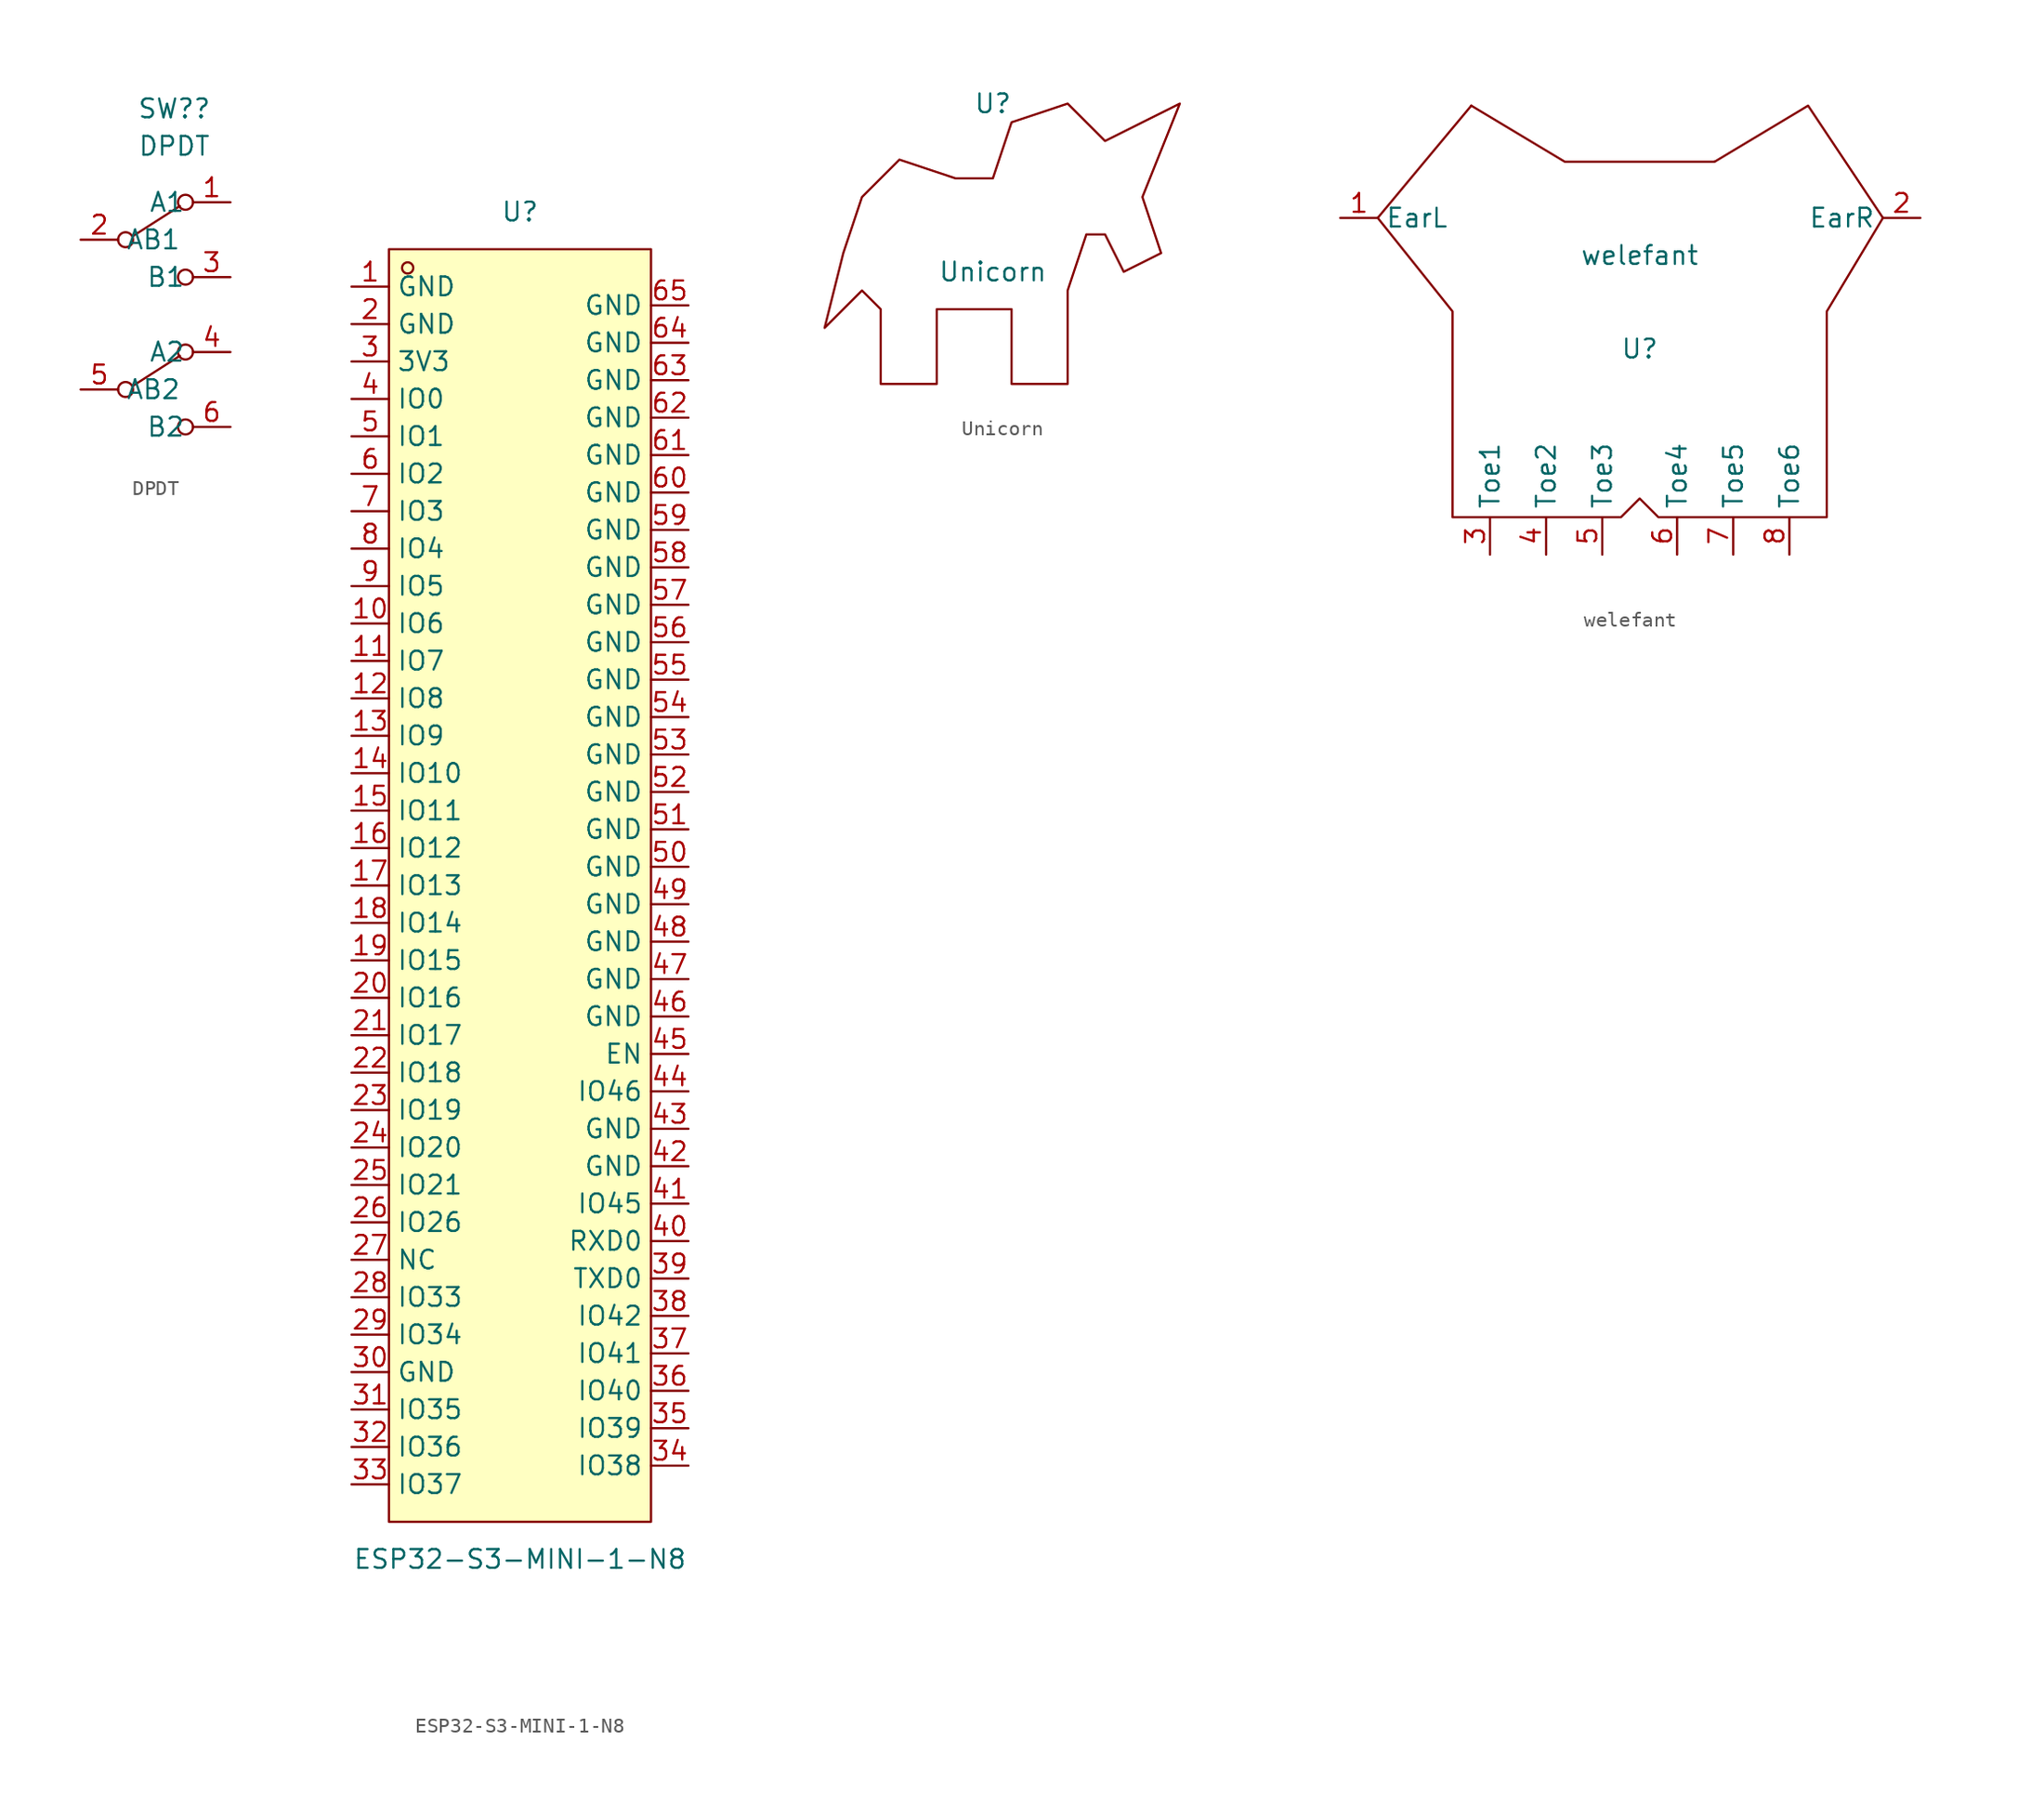
<source format=kicad_sym>
(kicad_symbol_lib
  (version 20220914)
  (generator kicad_symbol_editor)
  (symbol "DPDT"
    (property "Reference" "SW?"
      (at 0 1.27 0)
      (effects (font (size 1.27 1.27))))
    (property "Value" "DPDT"
      (at 0 -1.27 0)
      (effects (font (size 1.27 1.27))))
    (symbol "DPDT_0_0"
      (circle (center -3.302 -17.78) (radius 0.508) (stroke (width 0) (type default)) (fill (type none)))
      (circle (center -3.302 -7.62) (radius 0.508) (stroke (width 0) (type default)) (fill (type none)))
      (circle (center 0.762 -20.32) (radius 0.508) (stroke (width 0) (type default)) (fill (type none)))
      (circle (center 0.762 -10.16) (radius 0.508) (stroke (width 0) (type default)) (fill (type none))))
    (symbol "DPDT_0_1"
      (polyline (pts (xy -2.794 -17.526) (xy 0.381 -15.494)) (stroke (width 0) (type default)) (fill (type none)))
      (polyline (pts (xy -2.794 -7.366) (xy 0.381 -5.334)) (stroke (width 0) (type default)) (fill (type none)))
      (circle (center 0.762 -15.24) (radius 0.508) (stroke (width 0) (type default)) (fill (type none)))
      (circle (center 0.762 -5.08) (radius 0.508) (stroke (width 0) (type default)) (fill (type none))))
    (symbol "DPDT_1_1"
      (pin passive line (at 3.81 -5.08 180) (length 2.54) (name "A1" (effects (font (size 1.27 1.27)))) (number "1" (effects (font (size 1.27 1.27)))))
      (pin passive line (at -6.35 -7.62 0) (length 2.54) (name "AB1" (effects (font (size 1.27 1.27)))) (number "2" (effects (font (size 1.27 1.27)))))
      (pin passive line (at 3.81 -10.16 180) (length 2.54) (name "B1" (effects (font (size 1.27 1.27)))) (number "3" (effects (font (size 1.27 1.27)))))
      (pin passive line (at 3.81 -15.24 180) (length 2.54) (name "A2" (effects (font (size 1.27 1.27)))) (number "4" (effects (font (size 1.27 1.27)))))
      (pin passive line (at -6.35 -17.78 0) (length 2.54) (name "AB2" (effects (font (size 1.27 1.27)))) (number "5" (effects (font (size 1.27 1.27)))))
      (pin passive line (at 3.81 -20.32 180) (length 2.54) (name "B2" (effects (font (size 1.27 1.27)))) (number "6" (effects (font (size 1.27 1.27)))))))
  (symbol "ESP32-S3-MINI-1-N8"
    (property "Reference" "U"
      (at 0 45.72 0)
      (effects (font (size 1.27 1.27))))
    (property "Value" "ESP32-S3-MINI-1-N8"
      (at 0 -45.72 0)
      (effects (font (size 1.27 1.27))))
    (symbol "ESP32-S3-MINI-1-N8_0_1"
      (rectangle (start -8.89 43.18) (end 8.89 -43.18) (stroke (width 0) (type default)) (fill (type background)))
      (circle (center -7.62 41.91) (radius 0.38) (stroke (width 0) (type default)) (fill (type none)))
      (pin unspecified line (at -11.43 40.64 0) (length 2.54) (name "GND" (effects (font (size 1.27 1.27)))) (number "1" (effects (font (size 1.27 1.27)))))
      (pin unspecified line (at -11.43 17.78 0) (length 2.54) (name "IO6" (effects (font (size 1.27 1.27)))) (number "10" (effects (font (size 1.27 1.27)))))
      (pin unspecified line (at -11.43 15.24 0) (length 2.54) (name "IO7" (effects (font (size 1.27 1.27)))) (number "11" (effects (font (size 1.27 1.27)))))
      (pin unspecified line (at -11.43 12.7 0) (length 2.54) (name "IO8" (effects (font (size 1.27 1.27)))) (number "12" (effects (font (size 1.27 1.27)))))
      (pin unspecified line (at -11.43 10.16 0) (length 2.54) (name "IO9" (effects (font (size 1.27 1.27)))) (number "13" (effects (font (size 1.27 1.27)))))
      (pin unspecified line (at -11.43 7.62 0) (length 2.54) (name "IO10" (effects (font (size 1.27 1.27)))) (number "14" (effects (font (size 1.27 1.27)))))
      (pin unspecified line (at -11.43 5.08 0) (length 2.54) (name "IO11" (effects (font (size 1.27 1.27)))) (number "15" (effects (font (size 1.27 1.27)))))
      (pin unspecified line (at -11.43 2.54 0) (length 2.54) (name "IO12" (effects (font (size 1.27 1.27)))) (number "16" (effects (font (size 1.27 1.27)))))
      (pin unspecified line (at -11.43 0 0) (length 2.54) (name "IO13" (effects (font (size 1.27 1.27)))) (number "17" (effects (font (size 1.27 1.27)))))
      (pin unspecified line (at -11.43 -2.54 0) (length 2.54) (name "IO14" (effects (font (size 1.27 1.27)))) (number "18" (effects (font (size 1.27 1.27)))))
      (pin unspecified line (at -11.43 -5.08 0) (length 2.54) (name "IO15" (effects (font (size 1.27 1.27)))) (number "19" (effects (font (size 1.27 1.27)))))
      (pin unspecified line (at -11.43 38.1 0) (length 2.54) (name "GND" (effects (font (size 1.27 1.27)))) (number "2" (effects (font (size 1.27 1.27)))))
      (pin unspecified line (at -11.43 -7.62 0) (length 2.54) (name "IO16" (effects (font (size 1.27 1.27)))) (number "20" (effects (font (size 1.27 1.27)))))
      (pin unspecified line (at -11.43 -10.16 0) (length 2.54) (name "IO17" (effects (font (size 1.27 1.27)))) (number "21" (effects (font (size 1.27 1.27)))))
      (pin unspecified line (at -11.43 -12.7 0) (length 2.54) (name "IO18" (effects (font (size 1.27 1.27)))) (number "22" (effects (font (size 1.27 1.27)))))
      (pin unspecified line (at -11.43 -15.24 0) (length 2.54) (name "IO19" (effects (font (size 1.27 1.27)))) (number "23" (effects (font (size 1.27 1.27)))))
      (pin unspecified line (at -11.43 -17.78 0) (length 2.54) (name "IO20" (effects (font (size 1.27 1.27)))) (number "24" (effects (font (size 1.27 1.27)))))
      (pin unspecified line (at -11.43 -20.32 0) (length 2.54) (name "IO21" (effects (font (size 1.27 1.27)))) (number "25" (effects (font (size 1.27 1.27)))))
      (pin unspecified line (at -11.43 -22.86 0) (length 2.54) (name "IO26" (effects (font (size 1.27 1.27)))) (number "26" (effects (font (size 1.27 1.27)))))
      (pin unspecified line (at -11.43 -25.4 0) (length 2.54) (name "NC" (effects (font (size 1.27 1.27)))) (number "27" (effects (font (size 1.27 1.27)))))
      (pin unspecified line (at -11.43 -27.94 0) (length 2.54) (name "IO33" (effects (font (size 1.27 1.27)))) (number "28" (effects (font (size 1.27 1.27)))))
      (pin unspecified line (at -11.43 -30.48 0) (length 2.54) (name "IO34" (effects (font (size 1.27 1.27)))) (number "29" (effects (font (size 1.27 1.27)))))
      (pin unspecified line (at -11.43 35.56 0) (length 2.54) (name "3V3" (effects (font (size 1.27 1.27)))) (number "3" (effects (font (size 1.27 1.27)))))
      (pin unspecified line (at -11.43 -33.02 0) (length 2.54) (name "GND" (effects (font (size 1.27 1.27)))) (number "30" (effects (font (size 1.27 1.27)))))
      (pin unspecified line (at -11.43 -35.56 0) (length 2.54) (name "IO35" (effects (font (size 1.27 1.27)))) (number "31" (effects (font (size 1.27 1.27)))))
      (pin unspecified line (at -11.43 -38.1 0) (length 2.54) (name "IO36" (effects (font (size 1.27 1.27)))) (number "32" (effects (font (size 1.27 1.27)))))
      (pin unspecified line (at -11.43 -40.64 0) (length 2.54) (name "IO37" (effects (font (size 1.27 1.27)))) (number "33" (effects (font (size 1.27 1.27)))))
      (pin unspecified line (at 11.43 -39.37 180) (length 2.54) (name "IO38" (effects (font (size 1.27 1.27)))) (number "34" (effects (font (size 1.27 1.27)))))
      (pin unspecified line (at 11.43 -36.83 180) (length 2.54) (name "IO39" (effects (font (size 1.27 1.27)))) (number "35" (effects (font (size 1.27 1.27)))))
      (pin unspecified line (at 11.43 -34.29 180) (length 2.54) (name "IO40" (effects (font (size 1.27 1.27)))) (number "36" (effects (font (size 1.27 1.27)))))
      (pin unspecified line (at 11.43 -31.75 180) (length 2.54) (name "IO41" (effects (font (size 1.27 1.27)))) (number "37" (effects (font (size 1.27 1.27)))))
      (pin unspecified line (at 11.43 -29.21 180) (length 2.54) (name "IO42" (effects (font (size 1.27 1.27)))) (number "38" (effects (font (size 1.27 1.27)))))
      (pin unspecified line (at 11.43 -26.67 180) (length 2.54) (name "TXD0" (effects (font (size 1.27 1.27)))) (number "39" (effects (font (size 1.27 1.27)))))
      (pin unspecified line (at -11.43 33.02 0) (length 2.54) (name "IO0" (effects (font (size 1.27 1.27)))) (number "4" (effects (font (size 1.27 1.27)))))
      (pin unspecified line (at 11.43 -24.13 180) (length 2.54) (name "RXD0" (effects (font (size 1.27 1.27)))) (number "40" (effects (font (size 1.27 1.27)))))
      (pin unspecified line (at 11.43 -21.59 180) (length 2.54) (name "IO45" (effects (font (size 1.27 1.27)))) (number "41" (effects (font (size 1.27 1.27)))))
      (pin unspecified line (at 11.43 -19.05 180) (length 2.54) (name "GND" (effects (font (size 1.27 1.27)))) (number "42" (effects (font (size 1.27 1.27)))))
      (pin unspecified line (at 11.43 -16.51 180) (length 2.54) (name "GND" (effects (font (size 1.27 1.27)))) (number "43" (effects (font (size 1.27 1.27)))))
      (pin unspecified line (at 11.43 -13.97 180) (length 2.54) (name "IO46" (effects (font (size 1.27 1.27)))) (number "44" (effects (font (size 1.27 1.27)))))
      (pin unspecified line (at 11.43 -11.43 180) (length 2.54) (name "EN" (effects (font (size 1.27 1.27)))) (number "45" (effects (font (size 1.27 1.27)))))
      (pin unspecified line (at 11.43 -8.89 180) (length 2.54) (name "GND" (effects (font (size 1.27 1.27)))) (number "46" (effects (font (size 1.27 1.27)))))
      (pin unspecified line (at 11.43 -6.35 180) (length 2.54) (name "GND" (effects (font (size 1.27 1.27)))) (number "47" (effects (font (size 1.27 1.27)))))
      (pin unspecified line (at 11.43 -3.81 180) (length 2.54) (name "GND" (effects (font (size 1.27 1.27)))) (number "48" (effects (font (size 1.27 1.27)))))
      (pin unspecified line (at 11.43 -1.27 180) (length 2.54) (name "GND" (effects (font (size 1.27 1.27)))) (number "49" (effects (font (size 1.27 1.27)))))
      (pin unspecified line (at -11.43 30.48 0) (length 2.54) (name "IO1" (effects (font (size 1.27 1.27)))) (number "5" (effects (font (size 1.27 1.27)))))
      (pin unspecified line (at 11.43 1.27 180) (length 2.54) (name "GND" (effects (font (size 1.27 1.27)))) (number "50" (effects (font (size 1.27 1.27)))))
      (pin unspecified line (at 11.43 3.81 180) (length 2.54) (name "GND" (effects (font (size 1.27 1.27)))) (number "51" (effects (font (size 1.27 1.27)))))
      (pin unspecified line (at 11.43 6.35 180) (length 2.54) (name "GND" (effects (font (size 1.27 1.27)))) (number "52" (effects (font (size 1.27 1.27)))))
      (pin unspecified line (at 11.43 8.89 180) (length 2.54) (name "GND" (effects (font (size 1.27 1.27)))) (number "53" (effects (font (size 1.27 1.27)))))
      (pin unspecified line (at 11.43 11.43 180) (length 2.54) (name "GND" (effects (font (size 1.27 1.27)))) (number "54" (effects (font (size 1.27 1.27)))))
      (pin unspecified line (at 11.43 13.97 180) (length 2.54) (name "GND" (effects (font (size 1.27 1.27)))) (number "55" (effects (font (size 1.27 1.27)))))
      (pin unspecified line (at 11.43 16.51 180) (length 2.54) (name "GND" (effects (font (size 1.27 1.27)))) (number "56" (effects (font (size 1.27 1.27)))))
      (pin unspecified line (at 11.43 19.05 180) (length 2.54) (name "GND" (effects (font (size 1.27 1.27)))) (number "57" (effects (font (size 1.27 1.27)))))
      (pin unspecified line (at 11.43 21.59 180) (length 2.54) (name "GND" (effects (font (size 1.27 1.27)))) (number "58" (effects (font (size 1.27 1.27)))))
      (pin unspecified line (at 11.43 24.13 180) (length 2.54) (name "GND" (effects (font (size 1.27 1.27)))) (number "59" (effects (font (size 1.27 1.27)))))
      (pin unspecified line (at -11.43 27.94 0) (length 2.54) (name "IO2" (effects (font (size 1.27 1.27)))) (number "6" (effects (font (size 1.27 1.27)))))
      (pin unspecified line (at 11.43 26.67 180) (length 2.54) (name "GND" (effects (font (size 1.27 1.27)))) (number "60" (effects (font (size 1.27 1.27)))))
      (pin unspecified line (at 11.43 29.21 180) (length 2.54) (name "GND" (effects (font (size 1.27 1.27)))) (number "61" (effects (font (size 1.27 1.27)))))
      (pin unspecified line (at 11.43 31.75 180) (length 2.54) (name "GND" (effects (font (size 1.27 1.27)))) (number "62" (effects (font (size 1.27 1.27)))))
      (pin unspecified line (at 11.43 34.29 180) (length 2.54) (name "GND" (effects (font (size 1.27 1.27)))) (number "63" (effects (font (size 1.27 1.27)))))
      (pin unspecified line (at 11.43 36.83 180) (length 2.54) (name "GND" (effects (font (size 1.27 1.27)))) (number "64" (effects (font (size 1.27 1.27)))))
      (pin unspecified line (at 11.43 39.37 180) (length 2.54) (name "GND" (effects (font (size 1.27 1.27)))) (number "65" (effects (font (size 1.27 1.27)))))
      (pin unspecified line (at -11.43 25.4 0) (length 2.54) (name "IO3" (effects (font (size 1.27 1.27)))) (number "7" (effects (font (size 1.27 1.27)))))
      (pin unspecified line (at -11.43 22.86 0) (length 2.54) (name "IO4" (effects (font (size 1.27 1.27)))) (number "8" (effects (font (size 1.27 1.27)))))
      (pin unspecified line (at -11.43 20.32 0) (length 2.54) (name "IO5" (effects (font (size 1.27 1.27)))) (number "9" (effects (font (size 1.27 1.27)))))))
  (symbol "Unicorn"
    (property "Reference" "U"
      (at 0 0 0)
      (effects (font (size 1.27 1.27))))
    (property "Value" "Unicorn"
      (at 0 -11.43 0)
      (effects (font (size 1.27 1.27))))
    (symbol "Unicorn_0_1"
      (polyline (pts (xy 7.62 -2.54) (xy 12.7 0) (xy 10.16 -6.35) (xy 11.43 -10.16) (xy 8.89 -11.43) (xy 7.62 -8.89) (xy 6.35 -8.89) (xy 5.08 -12.7) (xy 5.08 -19.05) (xy 1.27 -19.05) (xy 1.27 -13.97) (xy -3.81 -13.97) (xy -3.81 -19.05) (xy -7.62 -19.05) (xy -7.62 -13.97) (xy -8.89 -12.7) (xy -11.43 -15.24) (xy -10.16 -10.16) (xy -8.89 -6.35) (xy -6.35 -3.81) (xy -2.54 -5.08) (xy 0 -5.08) (xy 1.27 -1.27) (xy 5.08 0) (xy 7.62 -2.54)) (stroke (width 0.152) (type default)) (fill (type none)))))
  (symbol "welefant"
    (property "Reference" "U"
      (at 0 0 0)
      (effects (font (size 1.27 1.27))))
    (property "Value" "welefant"
      (at 0 6.35 0)
      (effects (font (size 1.27 1.27))))
    (symbol "welefant_0_1"
      (polyline (pts (xy 5.08 12.7) (xy -5.08 12.7) (xy -11.43 16.51)) (stroke (width 0.152) (type default)) (fill (type none)))
      (polyline (pts (xy -11.43 16.51) (xy -17.78 8.89) (xy -12.7 2.54) (xy -12.7 -11.43) (xy -1.27 -11.43) (xy 0 -10.16) (xy 0 -10.16) (xy 1.27 -11.43) (xy 12.7 -11.43) (xy 12.7 2.54) (xy 16.51 8.89) (xy 11.43 16.51) (xy 5.08 12.7)) (stroke (width 0.152) (type default)) (fill (type none))))
    (symbol "welefant_1_1"
      (pin bidirectional line (at -20.32 8.89 0) (length 2.54) (name "EarL" (effects (font (size 1.27 1.27)))) (number "1" (effects (font (size 1.27 1.27)))))
      (pin bidirectional line (at 19.05 8.89 180) (length 2.54) (name "EarR" (effects (font (size 1.27 1.27)))) (number "2" (effects (font (size 1.27 1.27)))))
      (pin bidirectional line (at -10.16 -13.97 90) (length 2.54) (name "Toe1" (effects (font (size 1.27 1.27)))) (number "3" (effects (font (size 1.27 1.27)))))
      (pin bidirectional line (at -6.35 -13.97 90) (length 2.54) (name "Toe2" (effects (font (size 1.27 1.27)))) (number "4" (effects (font (size 1.27 1.27)))))
      (pin bidirectional line (at -2.54 -13.97 90) (length 2.54) (name "Toe3" (effects (font (size 1.27 1.27)))) (number "5" (effects (font (size 1.27 1.27)))))
      (pin bidirectional line (at 2.54 -13.97 90) (length 2.54) (name "Toe4" (effects (font (size 1.27 1.27)))) (number "6" (effects (font (size 1.27 1.27)))))
      (pin bidirectional line (at 6.35 -13.97 90) (length 2.54) (name "Toe5" (effects (font (size 1.27 1.27)))) (number "7" (effects (font (size 1.27 1.27)))))
      (pin bidirectional line (at 10.16 -13.97 90) (length 2.54) (name "Toe6" (effects (font (size 1.27 1.27)))) (number "8" (effects (font (size 1.27 1.27))))))))
</source>
